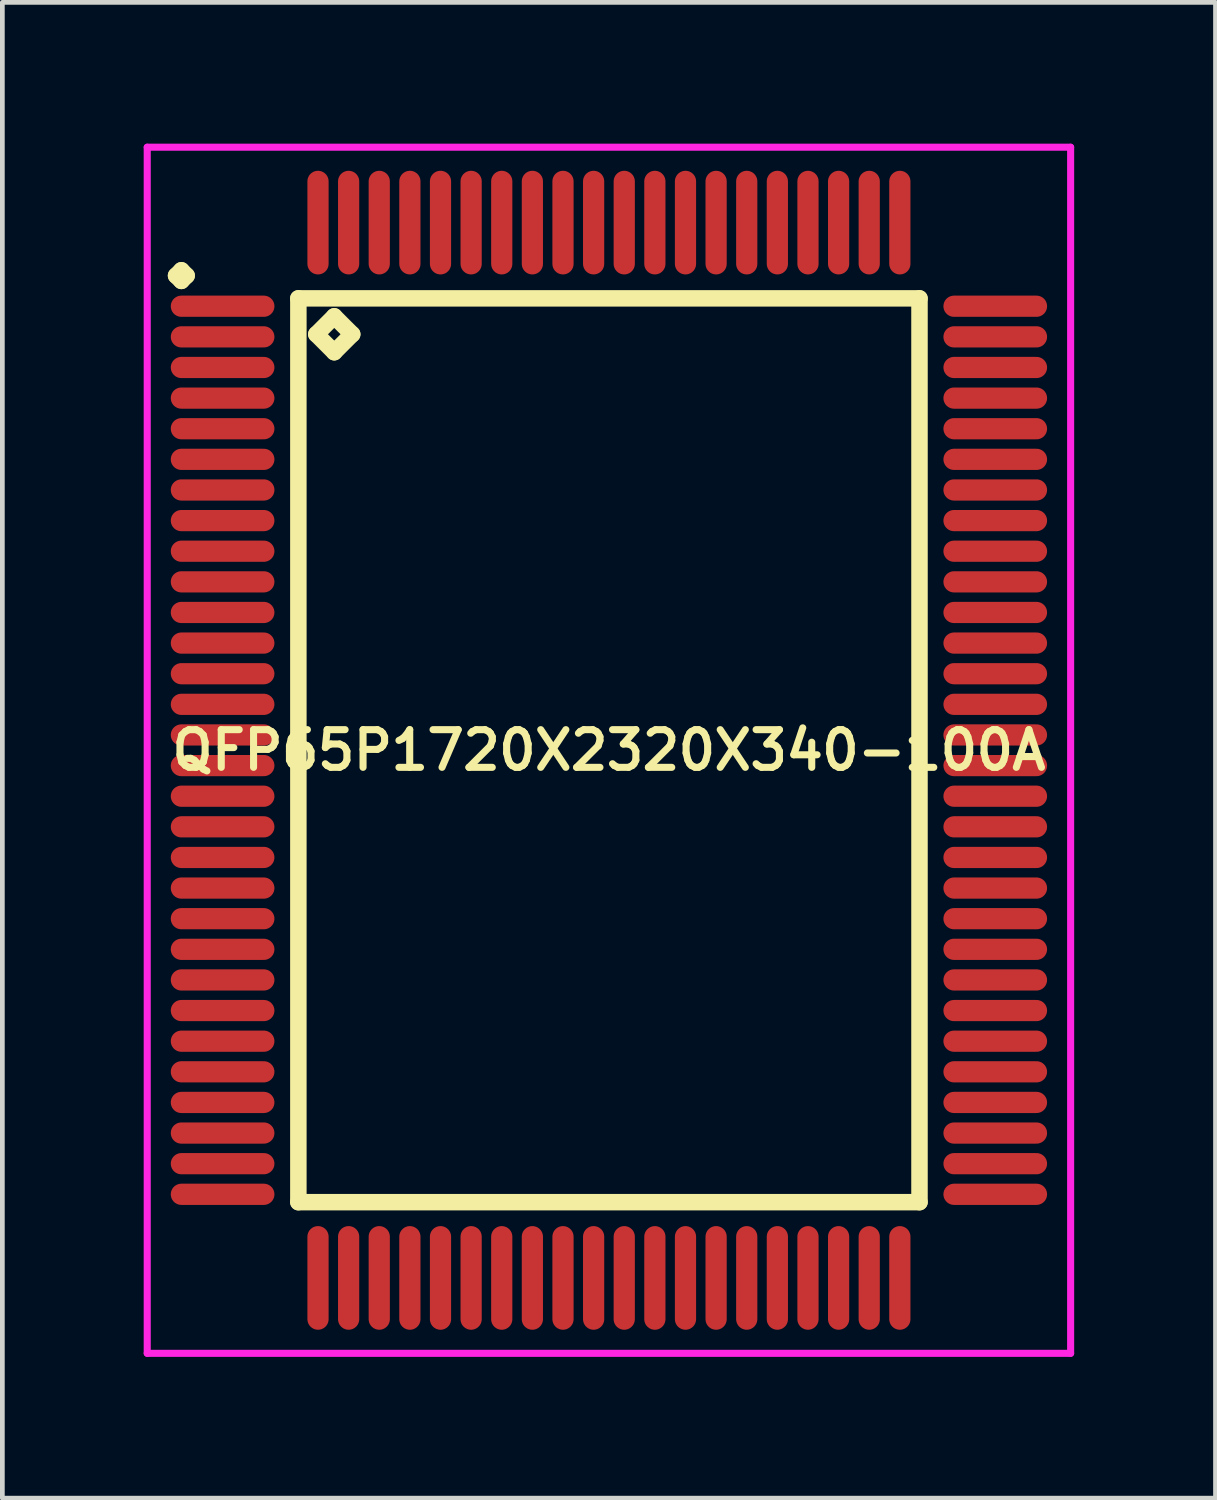
<source format=kicad_pcb>
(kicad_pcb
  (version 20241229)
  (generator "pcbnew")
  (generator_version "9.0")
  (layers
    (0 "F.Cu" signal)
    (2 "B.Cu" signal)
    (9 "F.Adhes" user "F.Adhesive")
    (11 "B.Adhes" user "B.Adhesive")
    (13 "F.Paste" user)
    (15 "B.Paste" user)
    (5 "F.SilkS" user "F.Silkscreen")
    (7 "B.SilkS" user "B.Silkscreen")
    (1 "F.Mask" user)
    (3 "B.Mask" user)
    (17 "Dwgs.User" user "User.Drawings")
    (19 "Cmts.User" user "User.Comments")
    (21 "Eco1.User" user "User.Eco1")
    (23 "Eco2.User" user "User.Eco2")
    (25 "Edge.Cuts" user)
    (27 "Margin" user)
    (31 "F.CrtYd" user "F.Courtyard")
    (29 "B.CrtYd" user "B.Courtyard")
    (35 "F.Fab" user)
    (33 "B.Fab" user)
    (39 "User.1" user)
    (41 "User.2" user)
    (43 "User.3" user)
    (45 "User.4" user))
  (footprint "QFP65P1720X2320X340-100A"
    (layer "F.Cu")
    (at 9.875 12.875)
    (property "Reference" "QFP65P1720X2320X340-100A" (at 0 0 0) (layer "F.SilkS") (effects (font (size 0.8 0.8) (thickness 0.15))))
    (attr smd)
    (fp_line (start -9.188 -10.075) (end -9.075 -10.188) (stroke (width 0.35) (type solid)) (layer "F.SilkS"))
    (fp_line (start -9.075 -10.188) (end -8.963 -10.075) (stroke (width 0.35) (type solid)) (layer "F.SilkS"))
    (fp_line (start -9.075 -9.963) (end -9.188 -10.075) (stroke (width 0.35) (type solid)) (layer "F.SilkS"))
    (fp_line (start -8.963 -10.075) (end -9.075 -9.963) (stroke (width 0.35) (type solid)) (layer "F.SilkS"))
    (fp_line (start -6.592 -9.592) (end -6.592 9.592) (stroke (width 0.35) (type solid)) (layer "F.SilkS"))
    (fp_line (start -6.592 9.592) (end 6.592 9.592) (stroke (width 0.35) (type solid)) (layer "F.SilkS"))
    (fp_line (start -6.211 -8.83) (end -5.83 -9.211) (stroke (width 0.35) (type solid)) (layer "F.SilkS"))
    (fp_line (start -5.83 -9.211) (end -5.449 -8.83) (stroke (width 0.35) (type solid)) (layer "F.SilkS"))
    (fp_line (start -5.83 -8.449) (end -6.211 -8.83) (stroke (width 0.35) (type solid)) (layer "F.SilkS"))
    (fp_line (start -5.449 -8.83) (end -5.83 -8.449) (stroke (width 0.35) (type solid)) (layer "F.SilkS"))
    (fp_line (start 6.592 -9.592) (end -6.592 -9.592) (stroke (width 0.35) (type solid)) (layer "F.SilkS"))
    (fp_line (start 6.592 9.592) (end 6.592 -9.592) (stroke (width 0.35) (type solid)) (layer "F.SilkS"))
    (fp_line (start -9.8 -12.8) (end 9.8 -12.8) (stroke (width 0.15) (type solid)) (layer "F.CrtYd"))
    (fp_line (start -9.8 12.8) (end -9.8 -12.8) (stroke (width 0.15) (type solid)) (layer "F.CrtYd"))
    (fp_line (start 9.8 -12.8) (end 9.8 12.8) (stroke (width 0.15) (type solid)) (layer "F.CrtYd"))
    (fp_line (start 9.8 12.8) (end -9.8 12.8) (stroke (width 0.15) (type solid)) (layer "F.CrtYd"))
    (pad "1" smd oval (at -8.2 -9.425) (size 2.2 0.45) (layers "F.Cu" "F.Mask" "F.Paste"))
    (pad "2" smd oval (at -8.2 -8.775) (size 2.2 0.45) (layers "F.Cu" "F.Mask" "F.Paste"))
    (pad "3" smd oval (at -8.2 -8.125) (size 2.2 0.45) (layers "F.Cu" "F.Mask" "F.Paste"))
    (pad "4" smd oval (at -8.2 -7.475) (size 2.2 0.45) (layers "F.Cu" "F.Mask" "F.Paste"))
    (pad "5" smd oval (at -8.2 -6.825) (size 2.2 0.45) (layers "F.Cu" "F.Mask" "F.Paste"))
    (pad "6" smd oval (at -8.2 -6.175) (size 2.2 0.45) (layers "F.Cu" "F.Mask" "F.Paste"))
    (pad "7" smd oval (at -8.2 -5.525) (size 2.2 0.45) (layers "F.Cu" "F.Mask" "F.Paste"))
    (pad "8" smd oval (at -8.2 -4.875) (size 2.2 0.45) (layers "F.Cu" "F.Mask" "F.Paste"))
    (pad "9" smd oval (at -8.2 -4.225) (size 2.2 0.45) (layers "F.Cu" "F.Mask" "F.Paste"))
    (pad "10" smd oval (at -8.2 -3.575) (size 2.2 0.45) (layers "F.Cu" "F.Mask" "F.Paste"))
    (pad "11" smd oval (at -8.2 -2.925) (size 2.2 0.45) (layers "F.Cu" "F.Mask" "F.Paste"))
    (pad "12" smd oval (at -8.2 -2.275) (size 2.2 0.45) (layers "F.Cu" "F.Mask" "F.Paste"))
    (pad "13" smd oval (at -8.2 -1.625) (size 2.2 0.45) (layers "F.Cu" "F.Mask" "F.Paste"))
    (pad "14" smd oval (at -8.2 -0.975) (size 2.2 0.45) (layers "F.Cu" "F.Mask" "F.Paste"))
    (pad "15" smd oval (at -8.2 -0.325) (size 2.2 0.45) (layers "F.Cu" "F.Mask" "F.Paste"))
    (pad "16" smd oval (at -8.2 0.325) (size 2.2 0.45) (layers "F.Cu" "F.Mask" "F.Paste"))
    (pad "17" smd oval (at -8.2 0.975) (size 2.2 0.45) (layers "F.Cu" "F.Mask" "F.Paste"))
    (pad "18" smd oval (at -8.2 1.625) (size 2.2 0.45) (layers "F.Cu" "F.Mask" "F.Paste"))
    (pad "19" smd oval (at -8.2 2.275) (size 2.2 0.45) (layers "F.Cu" "F.Mask" "F.Paste"))
    (pad "20" smd oval (at -8.2 2.925) (size 2.2 0.45) (layers "F.Cu" "F.Mask" "F.Paste"))
    (pad "21" smd oval (at -8.2 3.575) (size 2.2 0.45) (layers "F.Cu" "F.Mask" "F.Paste"))
    (pad "22" smd oval (at -8.2 4.225) (size 2.2 0.45) (layers "F.Cu" "F.Mask" "F.Paste"))
    (pad "23" smd oval (at -8.2 4.875) (size 2.2 0.45) (layers "F.Cu" "F.Mask" "F.Paste"))
    (pad "24" smd oval (at -8.2 5.525) (size 2.2 0.45) (layers "F.Cu" "F.Mask" "F.Paste"))
    (pad "25" smd oval (at -8.2 6.175) (size 2.2 0.45) (layers "F.Cu" "F.Mask" "F.Paste"))
    (pad "26" smd oval (at -8.2 6.825) (size 2.2 0.45) (layers "F.Cu" "F.Mask" "F.Paste"))
    (pad "27" smd oval (at -8.2 7.475) (size 2.2 0.45) (layers "F.Cu" "F.Mask" "F.Paste"))
    (pad "28" smd oval (at -8.2 8.125) (size 2.2 0.45) (layers "F.Cu" "F.Mask" "F.Paste"))
    (pad "29" smd oval (at -8.2 8.775) (size 2.2 0.45) (layers "F.Cu" "F.Mask" "F.Paste"))
    (pad "30" smd oval (at -8.2 9.425) (size 2.2 0.45) (layers "F.Cu" "F.Mask" "F.Paste"))
    (pad "31" smd oval (at -6.175 11.2) (size 0.45 2.2) (layers "F.Cu" "F.Mask" "F.Paste"))
    (pad "32" smd oval (at -5.525 11.2) (size 0.45 2.2) (layers "F.Cu" "F.Mask" "F.Paste"))
    (pad "33" smd oval (at -4.875 11.2) (size 0.45 2.2) (layers "F.Cu" "F.Mask" "F.Paste"))
    (pad "34" smd oval (at -4.225 11.2) (size 0.45 2.2) (layers "F.Cu" "F.Mask" "F.Paste"))
    (pad "35" smd oval (at -3.575 11.2) (size 0.45 2.2) (layers "F.Cu" "F.Mask" "F.Paste"))
    (pad "36" smd oval (at -2.925 11.2) (size 0.45 2.2) (layers "F.Cu" "F.Mask" "F.Paste"))
    (pad "37" smd oval (at -2.275 11.2) (size 0.45 2.2) (layers "F.Cu" "F.Mask" "F.Paste"))
    (pad "38" smd oval (at -1.625 11.2) (size 0.45 2.2) (layers "F.Cu" "F.Mask" "F.Paste"))
    (pad "39" smd oval (at -0.975 11.2) (size 0.45 2.2) (layers "F.Cu" "F.Mask" "F.Paste"))
    (pad "40" smd oval (at -0.325 11.2) (size 0.45 2.2) (layers "F.Cu" "F.Mask" "F.Paste"))
    (pad "41" smd oval (at 0.325 11.2) (size 0.45 2.2) (layers "F.Cu" "F.Mask" "F.Paste"))
    (pad "42" smd oval (at 0.975 11.2) (size 0.45 2.2) (layers "F.Cu" "F.Mask" "F.Paste"))
    (pad "43" smd oval (at 1.625 11.2) (size 0.45 2.2) (layers "F.Cu" "F.Mask" "F.Paste"))
    (pad "44" smd oval (at 2.275 11.2) (size 0.45 2.2) (layers "F.Cu" "F.Mask" "F.Paste"))
    (pad "45" smd oval (at 2.925 11.2) (size 0.45 2.2) (layers "F.Cu" "F.Mask" "F.Paste"))
    (pad "46" smd oval (at 3.575 11.2) (size 0.45 2.2) (layers "F.Cu" "F.Mask" "F.Paste"))
    (pad "47" smd oval (at 4.225 11.2) (size 0.45 2.2) (layers "F.Cu" "F.Mask" "F.Paste"))
    (pad "48" smd oval (at 4.875 11.2) (size 0.45 2.2) (layers "F.Cu" "F.Mask" "F.Paste"))
    (pad "49" smd oval (at 5.525 11.2) (size 0.45 2.2) (layers "F.Cu" "F.Mask" "F.Paste"))
    (pad "50" smd oval (at 6.175 11.2) (size 0.45 2.2) (layers "F.Cu" "F.Mask" "F.Paste"))
    (pad "51" smd oval (at 8.2 9.425) (size 2.2 0.45) (layers "F.Cu" "F.Mask" "F.Paste"))
    (pad "52" smd oval (at 8.2 8.775) (size 2.2 0.45) (layers "F.Cu" "F.Mask" "F.Paste"))
    (pad "53" smd oval (at 8.2 8.125) (size 2.2 0.45) (layers "F.Cu" "F.Mask" "F.Paste"))
    (pad "54" smd oval (at 8.2 7.475) (size 2.2 0.45) (layers "F.Cu" "F.Mask" "F.Paste"))
    (pad "55" smd oval (at 8.2 6.825) (size 2.2 0.45) (layers "F.Cu" "F.Mask" "F.Paste"))
    (pad "56" smd oval (at 8.2 6.175) (size 2.2 0.45) (layers "F.Cu" "F.Mask" "F.Paste"))
    (pad "57" smd oval (at 8.2 5.525) (size 2.2 0.45) (layers "F.Cu" "F.Mask" "F.Paste"))
    (pad "58" smd oval (at 8.2 4.875) (size 2.2 0.45) (layers "F.Cu" "F.Mask" "F.Paste"))
    (pad "59" smd oval (at 8.2 4.225) (size 2.2 0.45) (layers "F.Cu" "F.Mask" "F.Paste"))
    (pad "60" smd oval (at 8.2 3.575) (size 2.2 0.45) (layers "F.Cu" "F.Mask" "F.Paste"))
    (pad "61" smd oval (at 8.2 2.925) (size 2.2 0.45) (layers "F.Cu" "F.Mask" "F.Paste"))
    (pad "62" smd oval (at 8.2 2.275) (size 2.2 0.45) (layers "F.Cu" "F.Mask" "F.Paste"))
    (pad "63" smd oval (at 8.2 1.625) (size 2.2 0.45) (layers "F.Cu" "F.Mask" "F.Paste"))
    (pad "64" smd oval (at 8.2 0.975) (size 2.2 0.45) (layers "F.Cu" "F.Mask" "F.Paste"))
    (pad "65" smd oval (at 8.2 0.325) (size 2.2 0.45) (layers "F.Cu" "F.Mask" "F.Paste"))
    (pad "66" smd oval (at 8.2 -0.325) (size 2.2 0.45) (layers "F.Cu" "F.Mask" "F.Paste"))
    (pad "67" smd oval (at 8.2 -0.975) (size 2.2 0.45) (layers "F.Cu" "F.Mask" "F.Paste"))
    (pad "68" smd oval (at 8.2 -1.625) (size 2.2 0.45) (layers "F.Cu" "F.Mask" "F.Paste"))
    (pad "69" smd oval (at 8.2 -2.275) (size 2.2 0.45) (layers "F.Cu" "F.Mask" "F.Paste"))
    (pad "70" smd oval (at 8.2 -2.925) (size 2.2 0.45) (layers "F.Cu" "F.Mask" "F.Paste"))
    (pad "71" smd oval (at 8.2 -3.575) (size 2.2 0.45) (layers "F.Cu" "F.Mask" "F.Paste"))
    (pad "72" smd oval (at 8.2 -4.225) (size 2.2 0.45) (layers "F.Cu" "F.Mask" "F.Paste"))
    (pad "73" smd oval (at 8.2 -4.875) (size 2.2 0.45) (layers "F.Cu" "F.Mask" "F.Paste"))
    (pad "74" smd oval (at 8.2 -5.525) (size 2.2 0.45) (layers "F.Cu" "F.Mask" "F.Paste"))
    (pad "75" smd oval (at 8.2 -6.175) (size 2.2 0.45) (layers "F.Cu" "F.Mask" "F.Paste"))
    (pad "76" smd oval (at 8.2 -6.825) (size 2.2 0.45) (layers "F.Cu" "F.Mask" "F.Paste"))
    (pad "77" smd oval (at 8.2 -7.475) (size 2.2 0.45) (layers "F.Cu" "F.Mask" "F.Paste"))
    (pad "78" smd oval (at 8.2 -8.125) (size 2.2 0.45) (layers "F.Cu" "F.Mask" "F.Paste"))
    (pad "79" smd oval (at 8.2 -8.775) (size 2.2 0.45) (layers "F.Cu" "F.Mask" "F.Paste"))
    (pad "80" smd oval (at 8.2 -9.425) (size 2.2 0.45) (layers "F.Cu" "F.Mask" "F.Paste"))
    (pad "81" smd oval (at 6.175 -11.2) (size 0.45 2.2) (layers "F.Cu" "F.Mask" "F.Paste"))
    (pad "82" smd oval (at 5.525 -11.2) (size 0.45 2.2) (layers "F.Cu" "F.Mask" "F.Paste"))
    (pad "83" smd oval (at 4.875 -11.2) (size 0.45 2.2) (layers "F.Cu" "F.Mask" "F.Paste"))
    (pad "84" smd oval (at 4.225 -11.2) (size 0.45 2.2) (layers "F.Cu" "F.Mask" "F.Paste"))
    (pad "85" smd oval (at 3.575 -11.2) (size 0.45 2.2) (layers "F.Cu" "F.Mask" "F.Paste"))
    (pad "86" smd oval (at 2.925 -11.2) (size 0.45 2.2) (layers "F.Cu" "F.Mask" "F.Paste"))
    (pad "87" smd oval (at 2.275 -11.2) (size 0.45 2.2) (layers "F.Cu" "F.Mask" "F.Paste"))
    (pad "88" smd oval (at 1.625 -11.2) (size 0.45 2.2) (layers "F.Cu" "F.Mask" "F.Paste"))
    (pad "89" smd oval (at 0.975 -11.2) (size 0.45 2.2) (layers "F.Cu" "F.Mask" "F.Paste"))
    (pad "90" smd oval (at 0.325 -11.2) (size 0.45 2.2) (layers "F.Cu" "F.Mask" "F.Paste"))
    (pad "91" smd oval (at -0.325 -11.2) (size 0.45 2.2) (layers "F.Cu" "F.Mask" "F.Paste"))
    (pad "92" smd oval (at -0.975 -11.2) (size 0.45 2.2) (layers "F.Cu" "F.Mask" "F.Paste"))
    (pad "93" smd oval (at -1.625 -11.2) (size 0.45 2.2) (layers "F.Cu" "F.Mask" "F.Paste"))
    (pad "94" smd oval (at -2.275 -11.2) (size 0.45 2.2) (layers "F.Cu" "F.Mask" "F.Paste"))
    (pad "95" smd oval (at -2.925 -11.2) (size 0.45 2.2) (layers "F.Cu" "F.Mask" "F.Paste"))
    (pad "96" smd oval (at -3.575 -11.2) (size 0.45 2.2) (layers "F.Cu" "F.Mask" "F.Paste"))
    (pad "97" smd oval (at -4.225 -11.2) (size 0.45 2.2) (layers "F.Cu" "F.Mask" "F.Paste"))
    (pad "98" smd oval (at -4.875 -11.2) (size 0.45 2.2) (layers "F.Cu" "F.Mask" "F.Paste"))
    (pad "99" smd oval (at -5.525 -11.2) (size 0.45 2.2) (layers "F.Cu" "F.Mask" "F.Paste"))
    (pad "100" smd oval (at -6.175 -11.2) (size 0.45 2.2) (layers "F.Cu" "F.Mask" "F.Paste")))
  (gr_rect
    (start -3 -3)
    (end 22.75 28.75)
    (stroke (width 0.1) (type default))
    (fill no)
    (layer "Edge.Cuts")))
</source>
